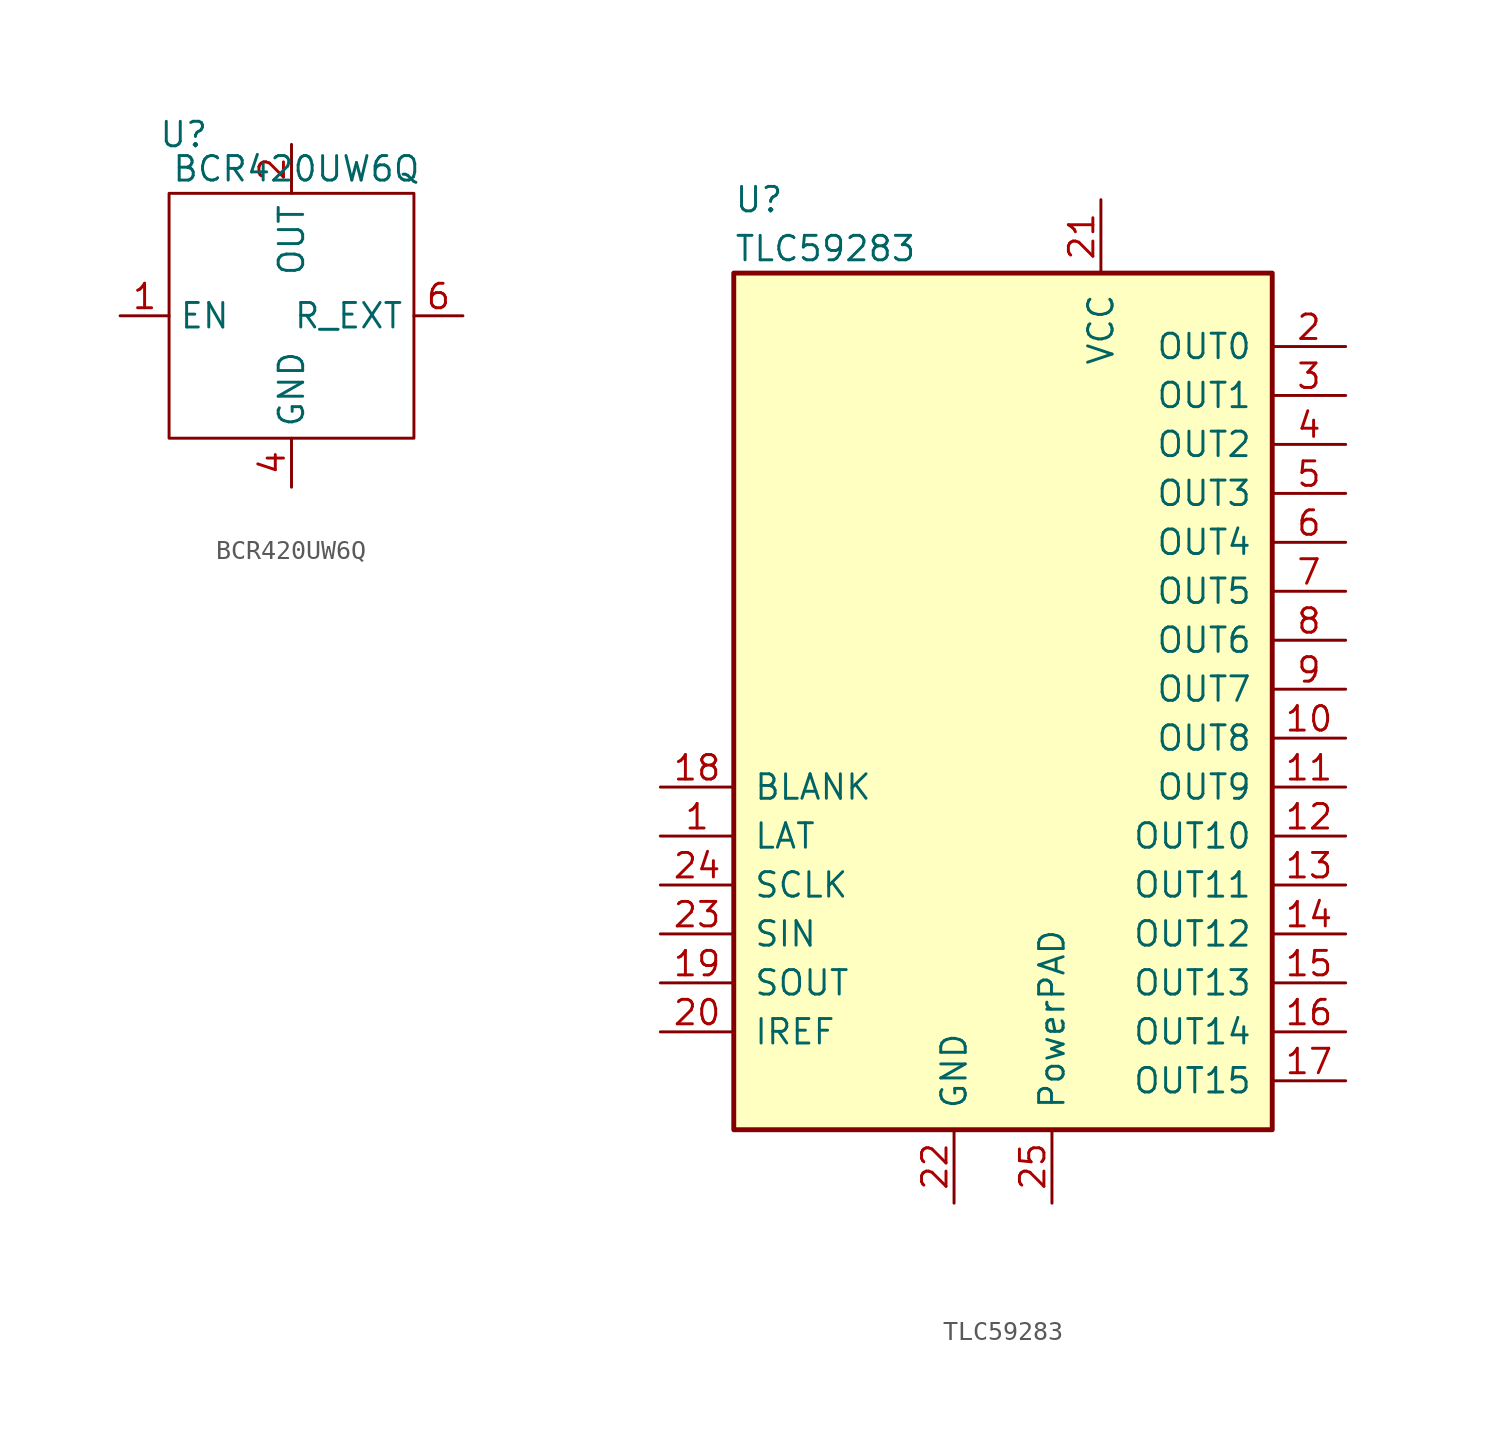
<source format=kicad_sym>
(kicad_symbol_lib
  (version 20231120)
  (generator "kicad_symbol_editor")
  (generator_version "8.0")
  (symbol "BCR420UW6Q"
    (property "Reference" "U"
      (at -0.508 1.778 0)
      (effects (font (size 1.27 1.27))))
    (property "Value" "BCR420UW6Q"
      (at 5.334 0 0)
      (effects (font (size 1.27 1.27))))
    (symbol "BCR420UW6Q_0_1"
      (rectangle (start -1.27 -1.27) (end 11.43 -13.97) (stroke (width 0) (type default)) (fill (type none))))
    (symbol "BCR420UW6Q_1_1"
      (pin input line (at -3.81 -7.62 0) (length 2.54) (name "EN" (effects (font (size 1.27 1.27)))) (number "1" (effects (font (size 1.27 1.27)))))
      (pin open_collector line (at 5.08 1.27 270) (length 2.54) (name "OUT" (effects (font (size 1.27 1.27)))) (number "2" (effects (font (size 1.27 1.27)))))
      (pin power_in line (at 5.08 -16.51 90) (length 2.54) (name "GND" (effects (font (size 1.27 1.27)))) (number "4" (effects (font (size 1.27 1.27)))))
      (pin input line (at 13.97 -7.62 180) (length 2.54) (name "R_EXT" (effects (font (size 1.27 1.27)))) (number "6" (effects (font (size 1.27 1.27)))))))
  (symbol "TLC59283"
    (pin_names
      (offset 1.016))
    (property "Reference" "U"
      (at -13.97 38.1 0)
      (effects (font (size 1.27 1.27)) (justify left)))
    (property "Value" "TLC59283"
      (at -13.97 35.56 0)
      (effects (font (size 1.27 1.27)) (justify left)))
    (symbol "TLC59283_0_1"
      (rectangle (start -13.97 34.29) (end 13.97 -10.16) (stroke (width 0.254) (type default)) (fill (type background)))
      (pin input line (at -17.78 5.08 0) (length 3.81) (name "LAT" (effects (font (size 1.27 1.27)))) (number "1" (effects (font (size 1.27 1.27)))))
      (pin output line (at 17.78 10.16 180) (length 3.81) (name "OUT8" (effects (font (size 1.27 1.27)))) (number "10" (effects (font (size 1.27 1.27)))))
      (pin output line (at 17.78 7.62 180) (length 3.81) (name "OUT9" (effects (font (size 1.27 1.27)))) (number "11" (effects (font (size 1.27 1.27)))))
      (pin output line (at 17.78 5.08 180) (length 3.81) (name "OUT10" (effects (font (size 1.27 1.27)))) (number "12" (effects (font (size 1.27 1.27)))))
      (pin output line (at 17.78 2.54 180) (length 3.81) (name "OUT11" (effects (font (size 1.27 1.27)))) (number "13" (effects (font (size 1.27 1.27)))))
      (pin output line (at 17.78 0 180) (length 3.81) (name "OUT12" (effects (font (size 1.27 1.27)))) (number "14" (effects (font (size 1.27 1.27)))))
      (pin output line (at 17.78 -2.54 180) (length 3.81) (name "OUT13" (effects (font (size 1.27 1.27)))) (number "15" (effects (font (size 1.27 1.27)))))
      (pin output line (at 17.78 -5.08 180) (length 3.81) (name "OUT14" (effects (font (size 1.27 1.27)))) (number "16" (effects (font (size 1.27 1.27)))))
      (pin input line (at -17.78 7.62 0) (length 3.81) (name "BLANK" (effects (font (size 1.27 1.27)))) (number "18" (effects (font (size 1.27 1.27)))))
      (pin output line (at 17.78 30.48 180) (length 3.81) (name "OUT0" (effects (font (size 1.27 1.27)))) (number "2" (effects (font (size 1.27 1.27)))))
      (pin input line (at -17.78 -5.08 0) (length 3.81) (name "IREF" (effects (font (size 1.27 1.27)))) (number "20" (effects (font (size 1.27 1.27)))))
      (pin power_in line (at 5.08 38.1 270) (length 3.81) (name "VCC" (effects (font (size 1.27 1.27)))) (number "21" (effects (font (size 1.27 1.27)))))
      (pin input line (at -17.78 2.54 0) (length 3.81) (name "SCLK" (effects (font (size 1.27 1.27)))) (number "24" (effects (font (size 1.27 1.27)))))
      (pin output line (at 17.78 27.94 180) (length 3.81) (name "OUT1" (effects (font (size 1.27 1.27)))) (number "3" (effects (font (size 1.27 1.27)))))
      (pin output line (at 17.78 25.4 180) (length 3.81) (name "OUT2" (effects (font (size 1.27 1.27)))) (number "4" (effects (font (size 1.27 1.27)))))
      (pin output line (at 17.78 22.86 180) (length 3.81) (name "OUT3" (effects (font (size 1.27 1.27)))) (number "5" (effects (font (size 1.27 1.27)))))
      (pin output line (at 17.78 20.32 180) (length 3.81) (name "OUT4" (effects (font (size 1.27 1.27)))) (number "6" (effects (font (size 1.27 1.27)))))
      (pin output line (at 17.78 17.78 180) (length 3.81) (name "OUT5" (effects (font (size 1.27 1.27)))) (number "7" (effects (font (size 1.27 1.27)))))
      (pin output line (at 17.78 15.24 180) (length 3.81) (name "OUT6" (effects (font (size 1.27 1.27)))) (number "8" (effects (font (size 1.27 1.27)))))
      (pin output line (at 17.78 12.7 180) (length 3.81) (name "OUT7" (effects (font (size 1.27 1.27)))) (number "9" (effects (font (size 1.27 1.27))))))
    (symbol "TLC59283_1_1"
      (pin output line (at 17.78 -7.62 180) (length 3.81) (name "OUT15" (effects (font (size 1.27 1.27)))) (number "17" (effects (font (size 1.27 1.27)))))
      (pin output line (at -17.78 -2.54 0) (length 3.81) (name "SOUT" (effects (font (size 1.27 1.27)))) (number "19" (effects (font (size 1.27 1.27)))))
      (pin power_in line (at -2.54 -13.97 90) (length 3.81) (name "GND" (effects (font (size 1.27 1.27)))) (number "22" (effects (font (size 1.27 1.27)))))
      (pin input line (at -17.78 0 0) (length 3.81) (name "SIN" (effects (font (size 1.27 1.27)))) (number "23" (effects (font (size 1.27 1.27)))))
      (pin power_in line (at 2.54 -13.97 90) (length 3.81) (name "PowerPAD" (effects (font (size 1.27 1.27)))) (number "25" (effects (font (size 1.27 1.27))))))))
</source>
